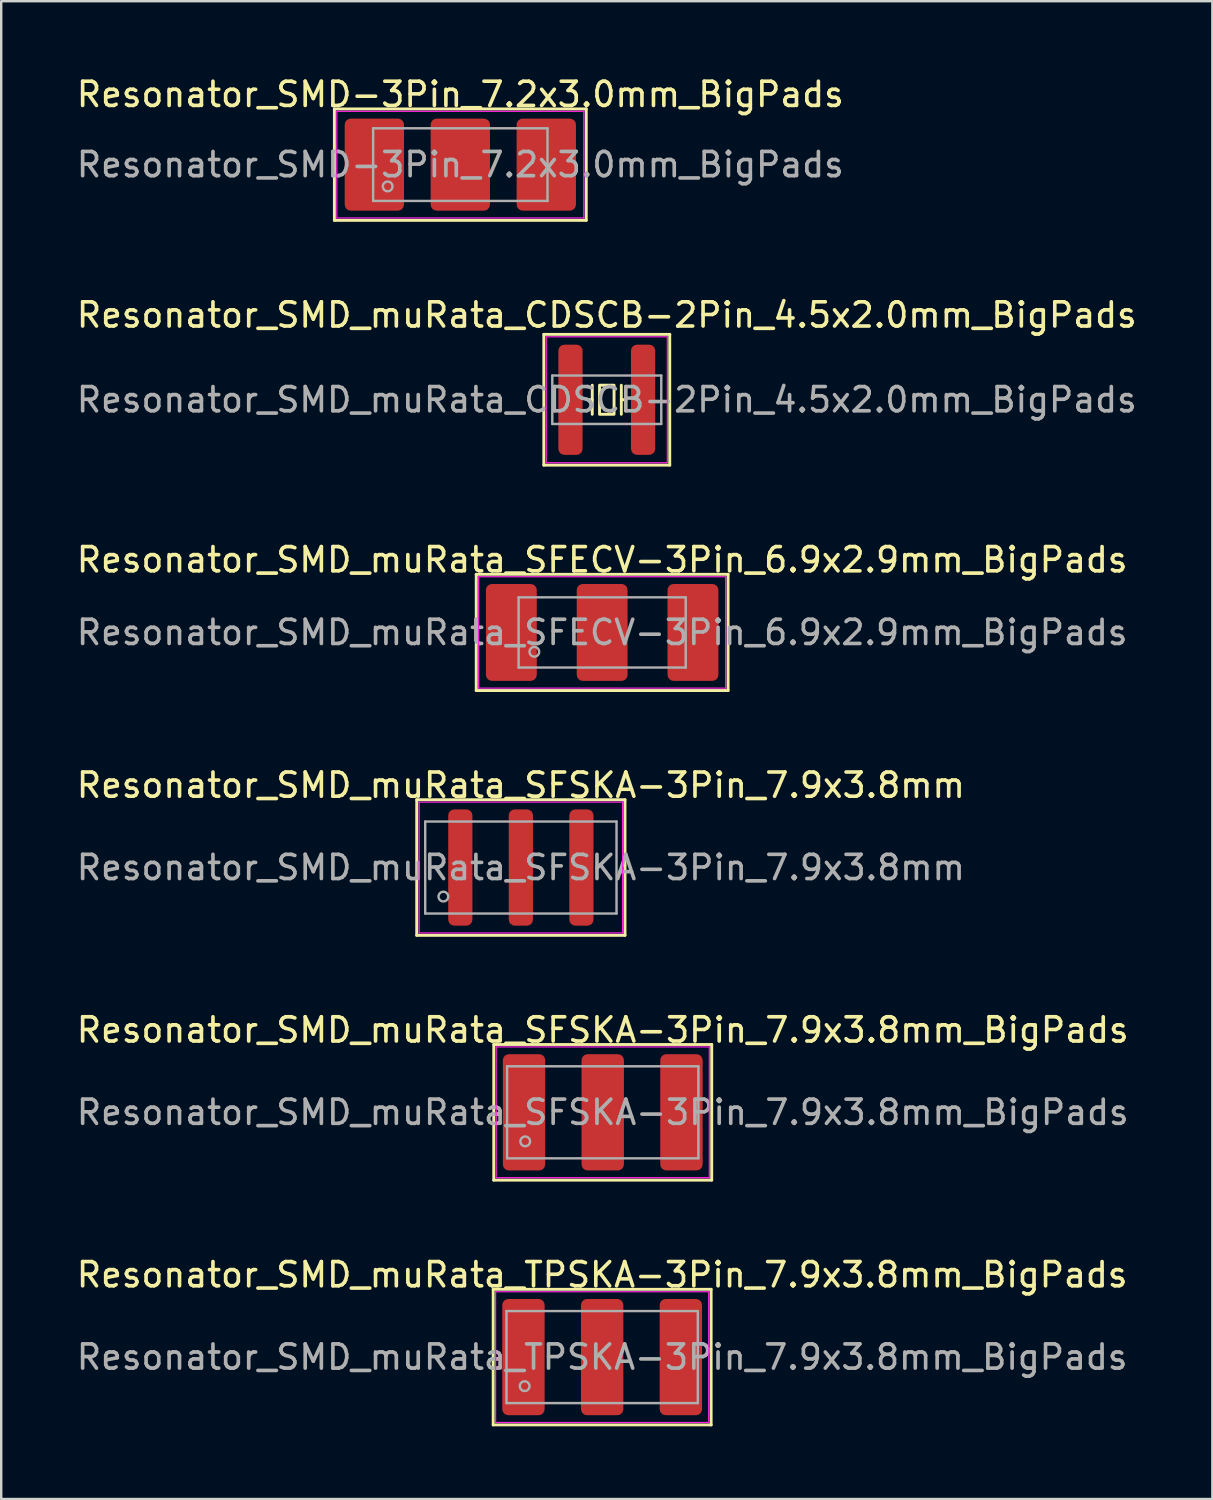
<source format=kicad_pcb>
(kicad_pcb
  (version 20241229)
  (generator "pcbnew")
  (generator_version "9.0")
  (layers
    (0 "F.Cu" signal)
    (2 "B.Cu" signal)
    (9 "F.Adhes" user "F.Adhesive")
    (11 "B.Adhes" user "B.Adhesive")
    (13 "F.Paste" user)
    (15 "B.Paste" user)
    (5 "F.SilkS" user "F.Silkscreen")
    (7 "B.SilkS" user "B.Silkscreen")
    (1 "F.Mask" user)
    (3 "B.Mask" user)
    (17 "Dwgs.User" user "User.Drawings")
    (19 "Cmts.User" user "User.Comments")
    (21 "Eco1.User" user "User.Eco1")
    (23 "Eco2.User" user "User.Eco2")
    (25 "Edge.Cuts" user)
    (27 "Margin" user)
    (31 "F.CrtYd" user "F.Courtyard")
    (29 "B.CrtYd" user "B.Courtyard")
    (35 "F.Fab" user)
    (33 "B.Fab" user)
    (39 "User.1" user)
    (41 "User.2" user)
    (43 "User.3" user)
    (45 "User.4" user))
  (footprint "Resonator_SMD-3Pin_7.2x3.0mm_BigPads"
    (layer "F.Cu")
    (at 15.958 3.748)
    (property "Reference" "Resonator_SMD-3Pin_7.2x3.0mm_BigPads" (at 0 -2.9 0) (layer "F.SilkS") (effects (font (size 1 1) (thickness 0.15))))
    (attr smd)
    (fp_line (start -5.2 -2.3) (end -5.2 2.3) (stroke (width 0.12) (type solid)) (layer "F.SilkS"))
    (fp_line (start -5.2 2.3) (end 5.2 2.3) (stroke (width 0.12) (type solid)) (layer "F.SilkS"))
    (fp_line (start 5.2 -2.3) (end -5.2 -2.3) (stroke (width 0.12) (type solid)) (layer "F.SilkS"))
    (fp_line (start 5.2 2.3) (end 5.2 -2.3) (stroke (width 0.12) (type solid)) (layer "F.SilkS"))
    (fp_line (start -5.1 -2.2) (end -5.1 2.2) (stroke (width 0.05) (type solid)) (layer "F.CrtYd"))
    (fp_line (start -5.1 2.2) (end 5.1 2.2) (stroke (width 0.05) (type solid)) (layer "F.CrtYd"))
    (fp_line (start 5.1 -2.2) (end -5.1 -2.2) (stroke (width 0.05) (type solid)) (layer "F.CrtYd"))
    (fp_line (start 5.1 2.2) (end 5.1 -2.2) (stroke (width 0.05) (type solid)) (layer "F.CrtYd"))
    (fp_line (start -3.6 -1.5) (end -3.6 1.5) (stroke (width 0.1) (type solid)) (layer "F.Fab"))
    (fp_line (start -3.6 1.5) (end 3.6 1.5) (stroke (width 0.1) (type solid)) (layer "F.Fab"))
    (fp_line (start 3.6 -1.5) (end -3.6 -1.5) (stroke (width 0.1) (type solid)) (layer "F.Fab"))
    (fp_line (start 3.6 1.5) (end 3.6 -1.5) (stroke (width 0.1) (type solid)) (layer "F.Fab"))
    (fp_circle (center -3 0.9) (end -2.8 0.9) (stroke (width 0.1) (type solid)) (fill no) (layer "F.Fab"))
    (fp_text user "${REFERENCE}" (at 0 0 0) (layer "F.Fab") (effects (font (size 1 1) (thickness 0.15))))
    (pad "1" smd roundrect (at -3.55 0) (size 2.45 3.8) (layers "F.Cu" "F.Mask" "F.Paste") (roundrect_rratio 0.102))
    (pad "2" smd roundrect (at 0 0) (size 2.45 3.8) (layers "F.Cu" "F.Mask" "F.Paste") (roundrect_rratio 0.102))
    (pad "3" smd roundrect (at 3.55 0) (size 2.45 3.8) (layers "F.Cu" "F.Mask" "F.Paste") (roundrect_rratio 0.102)))
  (footprint "Resonator_SMD_muRata_SFECV-3Pin_6.9x2.9mm_BigPads"
    (layer "F.Cu")
    (at 21.815 23.065)
    (property "Reference" "Resonator_SMD_muRata_SFECV-3Pin_6.9x2.9mm_BigPads" (at 0 -3 0) (layer "F.SilkS") (effects (font (size 1 1) (thickness 0.15))))
    (attr smd)
    (fp_line (start -5.2 -2.4) (end -5.2 2.4) (stroke (width 0.12) (type solid)) (layer "F.SilkS"))
    (fp_line (start -5.2 2.4) (end 5.2 2.4) (stroke (width 0.12) (type solid)) (layer "F.SilkS"))
    (fp_line (start 5.2 -2.4) (end -5.2 -2.4) (stroke (width 0.12) (type solid)) (layer "F.SilkS"))
    (fp_line (start 5.2 2.4) (end 5.2 -2.4) (stroke (width 0.12) (type solid)) (layer "F.SilkS"))
    (fp_line (start -5.1 -2.3) (end -5.1 2.3) (stroke (width 0.05) (type solid)) (layer "F.CrtYd"))
    (fp_line (start -5.1 2.3) (end 5.1 2.3) (stroke (width 0.05) (type solid)) (layer "F.CrtYd"))
    (fp_line (start 5.1 -2.3) (end -5.1 -2.3) (stroke (width 0.05) (type solid)) (layer "F.CrtYd"))
    (fp_line (start 5.1 2.3) (end 5.1 -2.3) (stroke (width 0.05) (type solid)) (layer "F.CrtYd"))
    (fp_line (start -3.45 -1.45) (end -3.45 1.45) (stroke (width 0.1) (type solid)) (layer "F.Fab"))
    (fp_line (start -3.45 1.45) (end 3.45 1.45) (stroke (width 0.1) (type solid)) (layer "F.Fab"))
    (fp_line (start 3.45 -1.45) (end -3.45 -1.45) (stroke (width 0.1) (type solid)) (layer "F.Fab"))
    (fp_line (start 3.45 1.45) (end 3.45 -1.45) (stroke (width 0.1) (type solid)) (layer "F.Fab"))
    (fp_circle (center -2.8 0.8) (end -2.6 0.8) (stroke (width 0.1) (type solid)) (fill no) (layer "F.Fab"))
    (fp_text user "${REFERENCE}" (at 0 0 0) (layer "F.Fab") (effects (font (size 1 1) (thickness 0.15))))
    (pad "1" smd roundrect (at -3.75 0) (size 2.1 4) (layers "F.Cu" "F.Mask" "F.Paste") (roundrect_rratio 0.119))
    (pad "2" smd roundrect (at 0 0) (size 2.1 4) (layers "F.Cu" "F.Mask" "F.Paste") (roundrect_rratio 0.119))
    (pad "3" smd roundrect (at 3.75 0) (size 2.1 4) (layers "F.Cu" "F.Mask" "F.Paste") (roundrect_rratio 0.119)))
  (footprint "Resonator_SMD_muRata_SFSKA-3Pin_7.9x3.8mm_BigPads"
    (layer "F.Cu")
    (at 21.839 42.881)
    (property "Reference" "Resonator_SMD_muRata_SFSKA-3Pin_7.9x3.8mm_BigPads" (at 0 -3.4 0) (layer "F.SilkS") (effects (font (size 1 1) (thickness 0.15))))
    (attr smd)
    (fp_line (start -4.5 -2.8) (end -4.5 2.8) (stroke (width 0.12) (type solid)) (layer "F.SilkS"))
    (fp_line (start -4.5 2.8) (end 4.5 2.8) (stroke (width 0.12) (type solid)) (layer "F.SilkS"))
    (fp_line (start 4.5 -2.8) (end -4.5 -2.8) (stroke (width 0.12) (type solid)) (layer "F.SilkS"))
    (fp_line (start 4.5 2.8) (end 4.5 -2.8) (stroke (width 0.12) (type solid)) (layer "F.SilkS"))
    (fp_line (start -4.4 -2.7) (end -4.4 2.7) (stroke (width 0.05) (type solid)) (layer "F.CrtYd"))
    (fp_line (start -4.4 2.7) (end 4.4 2.7) (stroke (width 0.05) (type solid)) (layer "F.CrtYd"))
    (fp_line (start 4.4 -2.7) (end -4.4 -2.7) (stroke (width 0.05) (type solid)) (layer "F.CrtYd"))
    (fp_line (start 4.4 2.7) (end 4.4 -2.7) (stroke (width 0.05) (type solid)) (layer "F.CrtYd"))
    (fp_line (start -3.95 -1.9) (end -3.95 1.9) (stroke (width 0.1) (type solid)) (layer "F.Fab"))
    (fp_line (start -3.95 1.9) (end 3.95 1.9) (stroke (width 0.1) (type solid)) (layer "F.Fab"))
    (fp_line (start 3.95 -1.9) (end -3.95 -1.9) (stroke (width 0.1) (type solid)) (layer "F.Fab"))
    (fp_line (start 3.95 1.9) (end 3.95 -1.9) (stroke (width 0.1) (type solid)) (layer "F.Fab"))
    (fp_circle (center -3.2 1.2) (end -3 1.2) (stroke (width 0.1) (type solid)) (fill no) (layer "F.Fab"))
    (fp_text user "${REFERENCE}" (at 0 0 0) (layer "F.Fab") (effects (font (size 1 1) (thickness 0.15))))
    (pad "1" smd roundrect (at -3.25 0) (size 1.75 4.8) (layers "F.Cu" "F.Mask" "F.Paste") (roundrect_rratio 0.143))
    (pad "2" smd roundrect (at 0 0) (size 1.75 4.8) (layers "F.Cu" "F.Mask" "F.Paste") (roundrect_rratio 0.143))
    (pad "3" smd roundrect (at 3.25 0) (size 1.75 4.8) (layers "F.Cu" "F.Mask" "F.Paste") (roundrect_rratio 0.143)))
  (footprint "Resonator_SMD_muRata_TPSKA-3Pin_7.9x3.8mm_BigPads"
    (layer "F.Cu")
    (at 21.815 52.989)
    (property "Reference" "Resonator_SMD_muRata_TPSKA-3Pin_7.9x3.8mm_BigPads" (at 0 -3.4 0) (layer "F.SilkS") (effects (font (size 1 1) (thickness 0.15))))
    (attr smd)
    (fp_line (start -4.5 -2.8) (end -4.5 2.8) (stroke (width 0.12) (type solid)) (layer "F.SilkS"))
    (fp_line (start -4.5 2.8) (end 4.5 2.8) (stroke (width 0.12) (type solid)) (layer "F.SilkS"))
    (fp_line (start 4.5 -2.8) (end -4.5 -2.8) (stroke (width 0.12) (type solid)) (layer "F.SilkS"))
    (fp_line (start 4.5 2.8) (end 4.5 -2.8) (stroke (width 0.12) (type solid)) (layer "F.SilkS"))
    (fp_line (start -4.4 -2.7) (end -4.4 2.7) (stroke (width 0.05) (type solid)) (layer "F.CrtYd"))
    (fp_line (start -4.4 2.7) (end 4.4 2.7) (stroke (width 0.05) (type solid)) (layer "F.CrtYd"))
    (fp_line (start 4.4 -2.7) (end -4.4 -2.7) (stroke (width 0.05) (type solid)) (layer "F.CrtYd"))
    (fp_line (start 4.4 2.7) (end 4.4 -2.7) (stroke (width 0.05) (type solid)) (layer "F.CrtYd"))
    (fp_line (start -3.95 -1.9) (end -3.95 1.9) (stroke (width 0.1) (type solid)) (layer "F.Fab"))
    (fp_line (start -3.95 1.9) (end 3.95 1.9) (stroke (width 0.1) (type solid)) (layer "F.Fab"))
    (fp_line (start 3.95 -1.9) (end -3.95 -1.9) (stroke (width 0.1) (type solid)) (layer "F.Fab"))
    (fp_line (start 3.95 1.9) (end 3.95 -1.9) (stroke (width 0.1) (type solid)) (layer "F.Fab"))
    (fp_circle (center -3.2 1.2) (end -3 1.2) (stroke (width 0.1) (type solid)) (fill no) (layer "F.Fab"))
    (fp_text user "${REFERENCE}" (at 0 0 0) (layer "F.Fab") (effects (font (size 1 1) (thickness 0.15))))
    (pad "1" smd roundrect (at -3.25 0) (size 1.75 4.8) (layers "F.Cu" "F.Mask" "F.Paste") (roundrect_rratio 0.143))
    (pad "2" smd roundrect (at 0 0) (size 1.75 4.8) (layers "F.Cu" "F.Mask" "F.Paste") (roundrect_rratio 0.143))
    (pad "3" smd roundrect (at 3.25 0) (size 1.75 4.8) (layers "F.Cu" "F.Mask" "F.Paste") (roundrect_rratio 0.143)))
  (footprint "Resonator_SMD_muRata_CDSCB-2Pin_4.5x2.0mm_BigPads"
    (layer "F.Cu")
    (at 22.006 13.457)
    (property "Reference" "Resonator_SMD_muRata_CDSCB-2Pin_4.5x2.0mm_BigPads" (at 0 -3.5 0) (layer "F.SilkS") (effects (font (size 1 1) (thickness 0.15))))
    (attr smd)
    (fp_line (start -2.6 -2.7) (end -2.6 2.7) (stroke (width 0.12) (type solid)) (layer "F.SilkS"))
    (fp_line (start -2.6 2.7) (end 2.6 2.7) (stroke (width 0.12) (type solid)) (layer "F.SilkS"))
    (fp_line (start -0.6 -0.6) (end -0.6 0.6) (stroke (width 0.12) (type solid)) (layer "F.SilkS"))
    (fp_line (start -0.6 0) (end -0.8 0) (stroke (width 0.12) (type solid)) (layer "F.SilkS"))
    (fp_line (start 0.6 -0.6) (end 0.6 0.6) (stroke (width 0.12) (type solid)) (layer "F.SilkS"))
    (fp_line (start 0.6 0) (end 0.8 0) (stroke (width 0.12) (type solid)) (layer "F.SilkS"))
    (fp_line (start 2.6 -2.7) (end -2.6 -2.7) (stroke (width 0.12) (type solid)) (layer "F.SilkS"))
    (fp_line (start 2.6 2.7) (end 2.6 -2.7) (stroke (width 0.12) (type solid)) (layer "F.SilkS"))
    (fp_rect (start -0.3 -0.6) (end 0.3 0.6) (stroke (width 0.12) (type solid)) (fill no) (layer "F.SilkS"))
    (fp_line (start -2.5 -2.6) (end -2.5 2.6) (stroke (width 0.05) (type solid)) (layer "F.CrtYd"))
    (fp_line (start -2.5 2.6) (end 2.5 2.6) (stroke (width 0.05) (type solid)) (layer "F.CrtYd"))
    (fp_line (start 2.5 -2.6) (end -2.5 -2.6) (stroke (width 0.05) (type solid)) (layer "F.CrtYd"))
    (fp_line (start 2.5 2.6) (end 2.5 -2.6) (stroke (width 0.05) (type solid)) (layer "F.CrtYd"))
    (fp_line (start -2.25 -1) (end -2.25 1) (stroke (width 0.1) (type solid)) (layer "F.Fab"))
    (fp_line (start -2.25 1) (end 2.25 1) (stroke (width 0.1) (type solid)) (layer "F.Fab"))
    (fp_line (start 2.25 -1) (end -2.25 -1) (stroke (width 0.1) (type solid)) (layer "F.Fab"))
    (fp_line (start 2.25 1) (end 2.25 -1) (stroke (width 0.1) (type solid)) (layer "F.Fab"))
    (fp_text user "${REFERENCE}" (at 0 0 0) (layer "F.Fab") (effects (font (size 1 1) (thickness 0.15))))
    (pad "1" smd roundrect (at -1.5 0) (size 1 4.55) (layers "F.Cu" "F.Mask" "F.Paste") (roundrect_rratio 0.25))
    (pad "2" smd roundrect (at 1.5 0) (size 1 4.55) (layers "F.Cu" "F.Mask" "F.Paste") (roundrect_rratio 0.25)))
  (footprint "Resonator_SMD_muRata_SFSKA-3Pin_7.9x3.8mm"
    (layer "F.Cu")
    (at 18.458 32.773)
    (property "Reference" "Resonator_SMD_muRata_SFSKA-3Pin_7.9x3.8mm" (at 0 -3.4 0) (layer "F.SilkS") (effects (font (size 1 1) (thickness 0.15))))
    (attr smd)
    (fp_line (start -4.3 -2.8) (end -4.3 2.8) (stroke (width 0.12) (type solid)) (layer "F.SilkS"))
    (fp_line (start -4.3 2.8) (end 4.3 2.8) (stroke (width 0.12) (type solid)) (layer "F.SilkS"))
    (fp_line (start 4.3 -2.8) (end -4.3 -2.8) (stroke (width 0.12) (type solid)) (layer "F.SilkS"))
    (fp_line (start 4.3 2.8) (end 4.3 -2.8) (stroke (width 0.12) (type solid)) (layer "F.SilkS"))
    (fp_line (start -4.2 -2.7) (end -4.2 2.7) (stroke (width 0.05) (type solid)) (layer "F.CrtYd"))
    (fp_line (start -4.2 2.7) (end 4.2 2.7) (stroke (width 0.05) (type solid)) (layer "F.CrtYd"))
    (fp_line (start 4.2 -2.7) (end -4.2 -2.7) (stroke (width 0.05) (type solid)) (layer "F.CrtYd"))
    (fp_line (start 4.2 2.7) (end 4.2 -2.7) (stroke (width 0.05) (type solid)) (layer "F.CrtYd"))
    (fp_line (start -3.95 -1.9) (end -3.95 1.9) (stroke (width 0.1) (type solid)) (layer "F.Fab"))
    (fp_line (start -3.95 1.9) (end 3.95 1.9) (stroke (width 0.1) (type solid)) (layer "F.Fab"))
    (fp_line (start 3.95 -1.9) (end -3.95 -1.9) (stroke (width 0.1) (type solid)) (layer "F.Fab"))
    (fp_line (start 3.95 1.9) (end 3.95 -1.9) (stroke (width 0.1) (type solid)) (layer "F.Fab"))
    (fp_circle (center -3.2 1.2) (end -3 1.2) (stroke (width 0.1) (type solid)) (fill no) (layer "F.Fab"))
    (fp_text user "${REFERENCE}" (at 0 0 0) (layer "F.Fab") (effects (font (size 1 1) (thickness 0.15))))
    (pad "1" smd roundrect (at -2.5 0) (size 1 4.8) (layers "F.Cu" "F.Mask" "F.Paste") (roundrect_rratio 0.25))
    (pad "2" smd roundrect (at 0 0) (size 1 4.8) (layers "F.Cu" "F.Mask" "F.Paste") (roundrect_rratio 0.25))
    (pad "3" smd roundrect (at 2.5 0) (size 1 4.8) (layers "F.Cu" "F.Mask" "F.Paste") (roundrect_rratio 0.25)))
  (gr_rect
    (start -3 -3)
    (end 47.012 58.849)
    (stroke (width 0.1) (type default))
    (fill no)
    (layer "Edge.Cuts")))
</source>
